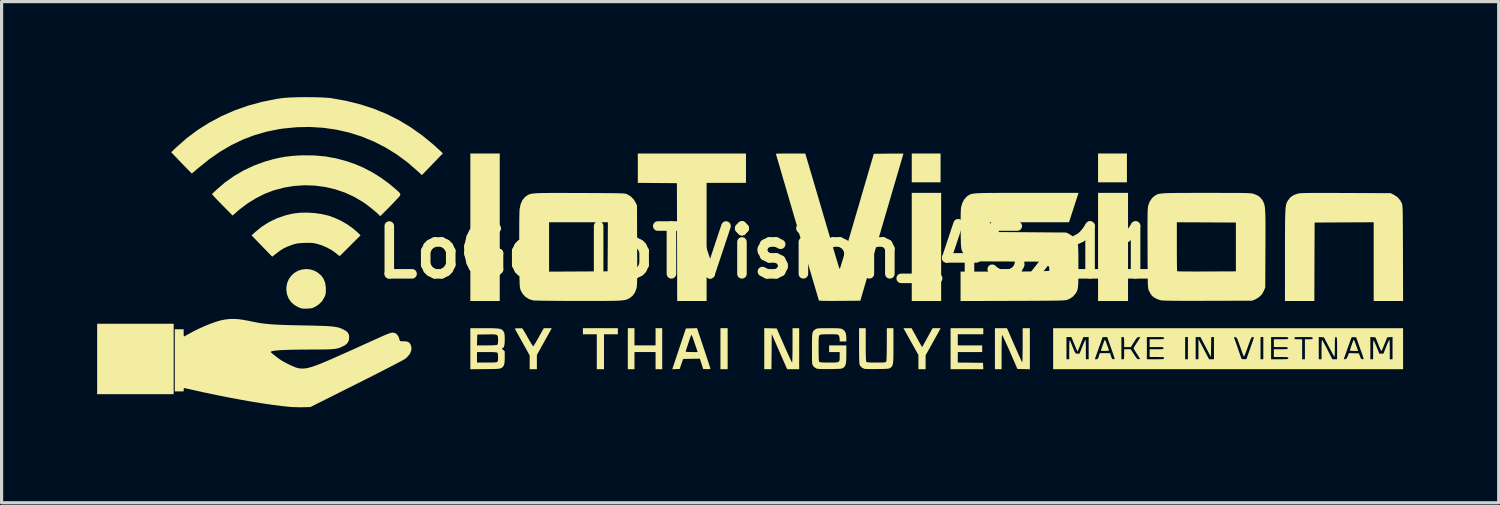
<source format=kicad_pcb>
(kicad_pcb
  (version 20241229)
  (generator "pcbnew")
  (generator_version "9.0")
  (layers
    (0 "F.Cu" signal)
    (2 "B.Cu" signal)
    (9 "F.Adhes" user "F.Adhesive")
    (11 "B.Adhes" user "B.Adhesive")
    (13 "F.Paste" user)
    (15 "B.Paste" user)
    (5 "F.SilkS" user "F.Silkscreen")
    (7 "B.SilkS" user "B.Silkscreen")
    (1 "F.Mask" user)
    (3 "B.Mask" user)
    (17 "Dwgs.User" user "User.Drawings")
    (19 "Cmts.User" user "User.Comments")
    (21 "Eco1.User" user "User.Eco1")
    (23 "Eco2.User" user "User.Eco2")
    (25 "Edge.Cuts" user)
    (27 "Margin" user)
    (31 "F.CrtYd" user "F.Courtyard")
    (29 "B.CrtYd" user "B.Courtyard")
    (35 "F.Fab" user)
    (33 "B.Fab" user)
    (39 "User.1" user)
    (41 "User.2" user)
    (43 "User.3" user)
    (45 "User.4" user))
  (footprint "LoGo_IoTVision_45x11"
    (layer "F.Cu")
    (at 21.065 4.868)
    (property "Reference" "LoGo_IoTVision_45x11" (at 0 0 0) (layer "F.SilkS") (effects (font (size 1.5 1.5) (thickness 0.3))))
    (attr board_only exclude_from_pos_files exclude_from_bom)
    (fp_poly (pts (xy -18.663 3.351) (xy -18.663 4.457) (xy -19.864 4.457) (xy -21.065 4.457) (xy -21.065 3.351) (xy -21.065 2.246) (xy -19.864 2.246) (xy -18.663 2.246)) (stroke (width 0) (type solid)) (fill yes) (layer "F.SilkS"))
    (fp_poly (pts (xy -8.426 -0.783) (xy -8.426 1.532) (xy -8.887 1.532) (xy -9.349 1.532) (xy -9.349 -0.783) (xy -9.349 -3.099) (xy -8.887 -3.099) (xy -8.426 -3.099)) (stroke (width 0) (type solid)) (fill yes) (layer "F.SilkS"))
    (fp_poly (pts (xy -1.271 3.029) (xy -1.271 3.673) (xy -1.384 3.673) (xy -1.497 3.673) (xy -1.497 3.029) (xy -1.497 2.385) (xy -1.384 2.385) (xy -1.271 2.385)) (stroke (width 0) (type solid)) (fill yes) (layer "F.SilkS"))
    (fp_poly (pts (xy 5.414 -2.646) (xy 5.414 -2.194) (xy 4.962 -2.194) (xy 4.509 -2.194) (xy 4.509 -2.646) (xy 4.509 -3.099) (xy 4.962 -3.099) (xy 5.414 -3.099)) (stroke (width 0) (type solid)) (fill yes) (layer "F.SilkS"))
    (fp_poly (pts (xy 5.432 -0.165) (xy 5.432 1.532) (xy 4.97 1.532) (xy 4.509 1.532) (xy 4.509 -0.165) (xy 4.509 -1.863) (xy 4.97 -1.863) (xy 5.432 -1.863)) (stroke (width 0) (type solid)) (fill yes) (layer "F.SilkS"))
    (fp_poly (pts (xy 11.264 -2.646) (xy 11.264 -2.194) (xy 10.811 -2.194) (xy 10.358 -2.194) (xy 10.358 -2.646) (xy 10.358 -3.099) (xy 10.811 -3.099) (xy 11.264 -3.099)) (stroke (width 0) (type solid)) (fill yes) (layer "F.SilkS"))
    (fp_poly (pts (xy 11.299 -0.165) (xy 11.299 1.532) (xy 10.829 1.532) (xy 10.358 1.532) (xy 10.358 -0.165) (xy 10.358 -1.863) (xy 10.829 -1.863) (xy 11.299 -1.863)) (stroke (width 0) (type solid)) (fill yes) (layer "F.SilkS"))
    (fp_poly (pts (xy -4.718 2.481) (xy -4.718 2.577) (xy -4.936 2.577) (xy -5.153 2.577) (xy -5.153 3.125) (xy -5.153 3.673) (xy -5.266 3.673) (xy -5.379 3.673) (xy -5.379 3.125) (xy -5.379 2.577) (xy -5.597 2.577) (xy -5.815 2.577) (xy -5.815 2.481) (xy -5.815 2.385) (xy -5.266 2.385) (xy -4.718 2.385)) (stroke (width 0) (type solid)) (fill yes) (layer "F.SilkS"))
    (fp_poly (pts (xy -0.696 -2.637) (xy -0.696 -2.176) (xy -1.314 -2.176) (xy -1.932 -2.176) (xy -1.932 -0.322) (xy -1.932 1.532) (xy -2.394 1.532) (xy -2.855 1.532) (xy -2.859 -0.318) (xy -2.864 -2.167) (xy -3.477 -2.172) (xy -4.091 -2.177) (xy -4.091 -2.638) (xy -4.091 -3.099) (xy -2.394 -3.099) (xy -0.696 -3.099)) (stroke (width 0) (type solid)) (fill yes) (layer "F.SilkS"))
    (fp_poly (pts (xy 18.392 2.757) (xy 18.41 2.795) (xy 18.434 2.853) (xy 18.457 2.917) (xy 18.522 3.099) (xy 18.392 3.099) (xy 18.33 3.097) (xy 18.284 3.093) (xy 18.263 3.087) (xy 18.262 3.086) (xy 18.268 3.063) (xy 18.283 3.017) (xy 18.303 2.957) (xy 18.327 2.891) (xy 18.349 2.828) (xy 18.369 2.778) (xy 18.381 2.75) (xy 18.383 2.747)) (stroke (width 0) (type solid)) (fill yes) (layer "F.SilkS"))
    (fp_poly (pts (xy -4.196 2.655) (xy -4.196 2.925) (xy -3.865 2.925) (xy -3.534 2.925) (xy -3.534 2.655) (xy -3.534 2.385) (xy -3.43 2.385) (xy -3.325 2.385) (xy -3.325 3.029) (xy -3.325 3.673) (xy -3.43 3.673) (xy -3.534 3.673) (xy -3.534 3.403) (xy -3.534 3.134) (xy -3.865 3.134) (xy -4.196 3.134) (xy -4.196 3.403) (xy -4.196 3.673) (xy -4.3 3.673) (xy -4.405 3.673) (xy -4.405 3.029) (xy -4.405 2.385) (xy -4.3 2.385) (xy -4.196 2.385)) (stroke (width 0) (type solid)) (fill yes) (layer "F.SilkS"))
    (fp_poly (pts (xy 6.755 2.481) (xy 6.755 2.577) (xy 6.354 2.577) (xy 5.954 2.577) (xy 5.954 2.751) (xy 5.954 2.925) (xy 6.337 2.925) (xy 6.72 2.925) (xy 6.72 3.029) (xy 6.72 3.134) (xy 6.337 3.134) (xy 5.954 3.134) (xy 5.954 3.299) (xy 5.954 3.464) (xy 6.35 3.468) (xy 6.746 3.473) (xy 6.751 3.573) (xy 6.757 3.673) (xy 6.242 3.673) (xy 5.728 3.673) (xy 5.728 3.029) (xy 5.728 2.385) (xy 6.241 2.385) (xy 6.755 2.385)) (stroke (width 0) (type solid)) (fill yes) (layer "F.SilkS"))
    (fp_poly (pts (xy 10.587 2.773) (xy 10.608 2.818) (xy 10.635 2.894) (xy 10.638 2.901) (xy 10.664 2.973) (xy 10.685 3.033) (xy 10.699 3.073) (xy 10.704 3.085) (xy 10.691 3.092) (xy 10.651 3.096) (xy 10.592 3.099) (xy 10.578 3.099) (xy 10.515 3.098) (xy 10.468 3.096) (xy 10.446 3.094) (xy 10.446 3.093) (xy 10.451 3.072) (xy 10.465 3.028) (xy 10.486 2.968) (xy 10.509 2.903) (xy 10.531 2.841) (xy 10.55 2.791) (xy 10.562 2.762) (xy 10.563 2.76) (xy 10.573 2.755)) (stroke (width 0) (type solid)) (fill yes) (layer "F.SilkS"))
    (fp_poly (pts (xy -7.026 2.805) (xy -7.26 3.226) (xy -7.26 3.449) (xy -7.26 3.673) (xy -7.373 3.673) (xy -7.486 3.673) (xy -7.486 3.456) (xy -7.486 3.24) (xy -7.721 2.817) (xy -7.956 2.394) (xy -7.849 2.389) (xy -7.789 2.387) (xy -7.742 2.388) (xy -7.722 2.391) (xy -7.707 2.408) (xy -7.679 2.451) (xy -7.64 2.514) (xy -7.594 2.593) (xy -7.546 2.679) (xy -7.496 2.767) (xy -7.45 2.844) (xy -7.413 2.903) (xy -7.387 2.942) (xy -7.374 2.954) (xy -7.361 2.938) (xy -7.334 2.896) (xy -7.296 2.833) (xy -7.25 2.754) (xy -7.201 2.667) (xy -7.044 2.385) (xy -6.918 2.385) (xy -6.792 2.385)) (stroke (width 0) (type solid)) (fill yes) (layer "F.SilkS"))
    (fp_poly (pts (xy 0.074 2.389) (xy 0.269 2.394) (xy 0.504 2.929) (xy 0.56 3.056) (xy 0.612 3.173) (xy 0.659 3.275) (xy 0.698 3.358) (xy 0.727 3.42) (xy 0.746 3.456) (xy 0.752 3.464) (xy 0.756 3.448) (xy 0.759 3.4) (xy 0.761 3.327) (xy 0.764 3.231) (xy 0.765 3.116) (xy 0.766 2.988) (xy 0.766 2.925) (xy 0.766 2.385) (xy 0.87 2.385) (xy 0.975 2.385) (xy 0.975 3.029) (xy 0.975 3.673) (xy 0.786 3.673) (xy 0.597 3.673) (xy 0.355 3.121) (xy 0.113 2.568) (xy 0.109 3.121) (xy 0.104 3.673) (xy -0.009 3.673) (xy -0.122 3.673) (xy -0.122 3.029) (xy -0.122 2.384)) (stroke (width 0) (type solid)) (fill yes) (layer "F.SilkS"))
    (fp_poly (pts (xy 4.64 2.633) (xy 4.688 2.721) (xy 4.733 2.802) (xy 4.771 2.869) (xy 4.797 2.915) (xy 4.806 2.931) (xy 4.836 2.98) (xy 4.999 2.683) (xy 5.162 2.386) (xy 5.288 2.386) (xy 5.415 2.385) (xy 5.386 2.442) (xy 5.369 2.473) (xy 5.339 2.529) (xy 5.296 2.606) (xy 5.245 2.697) (xy 5.188 2.8) (xy 5.151 2.867) (xy 4.944 3.236) (xy 4.944 3.455) (xy 4.944 3.673) (xy 4.831 3.673) (xy 4.718 3.673) (xy 4.718 3.45) (xy 4.718 3.227) (xy 4.534 2.897) (xy 4.476 2.794) (xy 4.421 2.695) (xy 4.371 2.606) (xy 4.331 2.534) (xy 4.303 2.484) (xy 4.299 2.476) (xy 4.248 2.385) (xy 4.375 2.385) (xy 4.503 2.385)) (stroke (width 0) (type solid)) (fill yes) (layer "F.SilkS"))
    (fp_poly (pts (xy -14.377 0.539) (xy -14.246 0.581) (xy -14.147 0.635) (xy -14.038 0.725) (xy -13.959 0.832) (xy -13.908 0.958) (xy -13.885 1.104) (xy -13.884 1.158) (xy -13.885 1.241) (xy -13.892 1.303) (xy -13.906 1.355) (xy -13.929 1.41) (xy -13.93 1.412) (xy -14.004 1.537) (xy -14.102 1.636) (xy -14.21 1.707) (xy -14.269 1.736) (xy -14.319 1.755) (xy -14.375 1.765) (xy -14.448 1.77) (xy -14.476 1.771) (xy -14.558 1.773) (xy -14.618 1.769) (xy -14.669 1.758) (xy -14.724 1.738) (xy -14.735 1.734) (xy -14.869 1.66) (xy -14.976 1.565) (xy -15.056 1.45) (xy -15.106 1.318) (xy -15.126 1.172) (xy -15.125 1.107) (xy -15.1 0.967) (xy -15.047 0.844) (xy -14.97 0.737) (xy -14.874 0.65) (xy -14.763 0.585) (xy -14.64 0.544) (xy -14.51 0.528)) (stroke (width 0) (type solid)) (fill yes) (layer "F.SilkS"))
    (fp_poly (pts (xy 7.729 2.912) (xy 7.785 3.039) (xy 7.837 3.156) (xy 7.883 3.259) (xy 7.922 3.344) (xy 7.951 3.408) (xy 7.97 3.446) (xy 7.975 3.455) (xy 7.979 3.443) (xy 7.983 3.399) (xy 7.986 3.326) (xy 7.988 3.229) (xy 7.99 3.109) (xy 7.991 2.971) (xy 7.991 2.928) (xy 7.991 2.385) (xy 8.104 2.385) (xy 8.217 2.385) (xy 8.217 3.03) (xy 8.217 3.674) (xy 8.022 3.67) (xy 7.826 3.665) (xy 7.593 3.129) (xy 7.537 3.002) (xy 7.485 2.886) (xy 7.438 2.784) (xy 7.399 2.7) (xy 7.369 2.638) (xy 7.35 2.602) (xy 7.344 2.594) (xy 7.341 2.611) (xy 7.337 2.658) (xy 7.334 2.732) (xy 7.332 2.828) (xy 7.33 2.942) (xy 7.329 3.07) (xy 7.329 3.134) (xy 7.329 3.673) (xy 7.225 3.673) (xy 7.12 3.673) (xy 7.12 3.029) (xy 7.12 2.385) (xy 7.309 2.385) (xy 7.498 2.385)) (stroke (width 0) (type solid)) (fill yes) (layer "F.SilkS"))
    (fp_poly (pts (xy -2.021 3.016) (xy -1.974 3.157) (xy -1.931 3.288) (xy -1.892 3.405) (xy -1.86 3.505) (xy -1.835 3.583) (xy -1.818 3.636) (xy -1.811 3.66) (xy -1.811 3.661) (xy -1.826 3.667) (xy -1.868 3.67) (xy -1.925 3.67) (xy -2.04 3.665) (xy -2.092 3.503) (xy -2.143 3.342) (xy -2.406 3.346) (xy -2.668 3.351) (xy -2.723 3.508) (xy -2.777 3.665) (xy -2.893 3.67) (xy -3.01 3.675) (xy -2.822 3.112) (xy -2.589 3.112) (xy -2.585 3.122) (xy -2.559 3.128) (xy -2.508 3.132) (xy -2.427 3.134) (xy -2.406 3.134) (xy -2.213 3.134) (xy -2.297 2.883) (xy -2.328 2.793) (xy -2.356 2.714) (xy -2.378 2.651) (xy -2.394 2.612) (xy -2.398 2.603) (xy -2.407 2.601) (xy -2.42 2.62) (xy -2.44 2.665) (xy -2.466 2.738) (xy -2.497 2.832) (xy -2.527 2.923) (xy -2.553 3.002) (xy -2.573 3.064) (xy -2.586 3.103) (xy -2.589 3.112) (xy -2.822 3.112) (xy -2.796 3.034) (xy -2.582 2.394) (xy -2.407 2.389) (xy -2.232 2.384)) (stroke (width 0) (type solid)) (fill yes) (layer "F.SilkS"))
    (fp_poly (pts (xy -14.247 -1.23) (xy -14.019 -1.198) (xy -13.806 -1.149) (xy -13.798 -1.147) (xy -13.604 -1.077) (xy -13.406 -0.985) (xy -13.215 -0.875) (xy -13.041 -0.752) (xy -12.906 -0.637) (xy -12.795 -0.531) (xy -13.121 -0.205) (xy -13.208 -0.118) (xy -13.286 -0.04) (xy -13.353 0.027) (xy -13.406 0.078) (xy -13.44 0.111) (xy -13.452 0.122) (xy -13.468 0.112) (xy -13.503 0.084) (xy -13.552 0.044) (xy -13.575 0.025) (xy -13.704 -0.067) (xy -13.856 -0.15) (xy -14.017 -0.218) (xy -14.162 -0.262) (xy -14.237 -0.279) (xy -14.304 -0.289) (xy -14.374 -0.294) (xy -14.459 -0.294) (xy -14.554 -0.292) (xy -14.657 -0.287) (xy -14.736 -0.281) (xy -14.802 -0.271) (xy -14.866 -0.256) (xy -14.937 -0.234) (xy -14.954 -0.228) (xy -15.096 -0.175) (xy -15.217 -0.116) (xy -15.33 -0.045) (xy -15.437 0.037) (xy -15.493 0.081) (xy -15.537 0.116) (xy -15.563 0.136) (xy -15.568 0.139) (xy -15.581 0.127) (xy -15.615 0.093) (xy -15.666 0.041) (xy -15.732 -0.027) (xy -15.81 -0.107) (xy -15.894 -0.194) (xy -16.216 -0.528) (xy -16.1 -0.635) (xy -15.893 -0.804) (xy -15.664 -0.948) (xy -15.415 -1.067) (xy -15.151 -1.158) (xy -14.915 -1.213) (xy -14.706 -1.238) (xy -14.48 -1.244)) (stroke (width 0) (type solid)) (fill yes) (layer "F.SilkS"))
    (fp_poly (pts (xy -14.264 -3.039) (xy -13.909 -3.008) (xy -13.562 -2.946) (xy -13.217 -2.852) (xy -12.989 -2.774) (xy -12.715 -2.658) (xy -12.438 -2.514) (xy -12.168 -2.347) (xy -11.912 -2.161) (xy -11.777 -2.05) (xy -11.686 -1.972) (xy -11.619 -1.914) (xy -11.574 -1.87) (xy -11.551 -1.835) (xy -11.547 -1.803) (xy -11.561 -1.77) (xy -11.593 -1.731) (xy -11.641 -1.68) (xy -11.678 -1.641) (xy -11.756 -1.558) (xy -11.847 -1.463) (xy -11.939 -1.37) (xy -12.007 -1.301) (xy -12.179 -1.131) (xy -12.231 -1.185) (xy -12.279 -1.231) (xy -12.348 -1.291) (xy -12.431 -1.359) (xy -12.52 -1.43) (xy -12.608 -1.497) (xy -12.688 -1.554) (xy -12.717 -1.574) (xy -12.993 -1.737) (xy -13.285 -1.871) (xy -13.59 -1.975) (xy -13.904 -2.048) (xy -14.225 -2.09) (xy -14.55 -2.102) (xy -14.875 -2.081) (xy -15.197 -2.029) (xy -15.514 -1.944) (xy -15.547 -1.934) (xy -15.817 -1.828) (xy -16.085 -1.692) (xy -16.344 -1.531) (xy -16.586 -1.349) (xy -16.654 -1.291) (xy -16.813 -1.151) (xy -17.074 -1.416) (xy -17.156 -1.499) (xy -17.234 -1.579) (xy -17.303 -1.65) (xy -17.357 -1.708) (xy -17.394 -1.747) (xy -17.398 -1.752) (xy -17.462 -1.824) (xy -17.308 -1.97) (xy -17.051 -2.191) (xy -16.769 -2.391) (xy -16.465 -2.568) (xy -16.144 -2.719) (xy -15.808 -2.843) (xy -15.527 -2.923) (xy -15.335 -2.966) (xy -15.154 -2.998) (xy -14.972 -3.02) (xy -14.777 -3.035) (xy -14.632 -3.041)) (stroke (width 0) (type solid)) (fill yes) (layer "F.SilkS"))
    (fp_poly (pts (xy 3.064 2.904) (xy 3.064 3.066) (xy 3.066 3.195) (xy 3.068 3.295) (xy 3.072 3.367) (xy 3.076 3.414) (xy 3.082 3.439) (xy 3.085 3.444) (xy 3.108 3.452) (xy 3.159 3.459) (xy 3.239 3.463) (xy 3.351 3.464) (xy 3.398 3.464) (xy 3.505 3.464) (xy 3.583 3.463) (xy 3.637 3.46) (xy 3.671 3.456) (xy 3.692 3.448) (xy 3.703 3.438) (xy 3.708 3.431) (xy 3.713 3.403) (xy 3.718 3.342) (xy 3.721 3.251) (xy 3.724 3.133) (xy 3.725 2.989) (xy 3.726 2.891) (xy 3.726 2.385) (xy 3.83 2.385) (xy 3.934 2.385) (xy 3.934 2.934) (xy 3.934 3.099) (xy 3.933 3.234) (xy 3.931 3.341) (xy 3.927 3.424) (xy 3.92 3.487) (xy 3.91 3.534) (xy 3.897 3.568) (xy 3.881 3.594) (xy 3.859 3.614) (xy 3.837 3.631) (xy 3.817 3.642) (xy 3.793 3.651) (xy 3.76 3.657) (xy 3.712 3.661) (xy 3.645 3.664) (xy 3.554 3.666) (xy 3.434 3.667) (xy 3.421 3.668) (xy 3.31 3.668) (xy 3.209 3.668) (xy 3.124 3.666) (xy 3.061 3.665) (xy 3.025 3.662) (xy 3.021 3.661) (xy 2.949 3.626) (xy 2.892 3.57) (xy 2.88 3.55) (xy 2.873 3.53) (xy 2.867 3.499) (xy 2.863 3.453) (xy 2.86 3.389) (xy 2.857 3.303) (xy 2.856 3.191) (xy 2.855 3.051) (xy 2.855 2.943) (xy 2.855 2.385) (xy 2.96 2.385) (xy 3.064 2.385)) (stroke (width 0) (type solid)) (fill yes) (layer "F.SilkS"))
    (fp_poly (pts (xy 17.472 -1.861) (xy 17.669 -1.861) (xy 17.897 -1.86) (xy 18.132 -1.859) (xy 19.542 -1.854) (xy 19.641 -1.806) (xy 19.753 -1.732) (xy 19.841 -1.634) (xy 19.888 -1.55) (xy 19.895 -1.536) (xy 19.9 -1.521) (xy 19.905 -1.502) (xy 19.909 -1.478) (xy 19.913 -1.447) (xy 19.916 -1.405) (xy 19.919 -1.352) (xy 19.921 -1.284) (xy 19.923 -1.199) (xy 19.924 -1.095) (xy 19.925 -0.969) (xy 19.926 -0.82) (xy 19.927 -0.645) (xy 19.928 -0.442) (xy 19.929 -0.208) (xy 19.93 0.03) (xy 19.934 1.532) (xy 19.473 1.532) (xy 19.011 1.532) (xy 19.011 0.296) (xy 19.011 -0.94) (xy 18.084 -0.936) (xy 17.157 -0.931) (xy 17.152 0.3) (xy 17.148 1.532) (xy 16.687 1.532) (xy 16.225 1.532) (xy 16.226 0.1) (xy 16.226 -0.169) (xy 16.226 -0.406) (xy 16.227 -0.613) (xy 16.228 -0.792) (xy 16.229 -0.945) (xy 16.231 -1.075) (xy 16.234 -1.185) (xy 16.238 -1.276) (xy 16.242 -1.351) (xy 16.248 -1.412) (xy 16.256 -1.461) (xy 16.264 -1.502) (xy 16.274 -1.535) (xy 16.286 -1.565) (xy 16.3 -1.592) (xy 16.315 -1.619) (xy 16.319 -1.625) (xy 16.392 -1.719) (xy 16.489 -1.788) (xy 16.613 -1.836) (xy 16.613 -1.836) (xy 16.635 -1.841) (xy 16.661 -1.846) (xy 16.694 -1.849) (xy 16.736 -1.853) (xy 16.788 -1.855) (xy 16.854 -1.858) (xy 16.936 -1.859) (xy 17.037 -1.86) (xy 17.158 -1.861) (xy 17.302 -1.861)) (stroke (width 0) (type solid)) (fill yes) (layer "F.SilkS"))
    (fp_poly (pts (xy -14.376 -4.867) (xy -14.203 -4.865) (xy -14.041 -4.86) (xy -13.896 -4.852) (xy -13.776 -4.843) (xy -13.71 -4.835) (xy -13.247 -4.752) (xy -12.805 -4.642) (xy -12.384 -4.506) (xy -11.981 -4.341) (xy -11.594 -4.147) (xy -11.222 -3.923) (xy -10.862 -3.668) (xy -10.513 -3.382) (xy -10.359 -3.242) (xy -10.211 -3.104) (xy -10.541 -2.762) (xy -10.627 -2.672) (xy -10.705 -2.592) (xy -10.772 -2.523) (xy -10.823 -2.469) (xy -10.858 -2.434) (xy -10.871 -2.421) (xy -10.871 -2.421) (xy -10.883 -2.432) (xy -10.916 -2.462) (xy -10.962 -2.507) (xy -11.003 -2.544) (xy -11.324 -2.823) (xy -11.662 -3.072) (xy -12.015 -3.29) (xy -12.382 -3.477) (xy -12.762 -3.632) (xy -13.153 -3.756) (xy -13.554 -3.847) (xy -13.963 -3.906) (xy -14.38 -3.932) (xy -14.802 -3.924) (xy -15.229 -3.882) (xy -15.353 -3.864) (xy -15.745 -3.785) (xy -16.126 -3.675) (xy -16.495 -3.534) (xy -16.854 -3.361) (xy -17.205 -3.156) (xy -17.549 -2.917) (xy -17.888 -2.644) (xy -17.9 -2.634) (xy -17.967 -2.576) (xy -18.025 -2.527) (xy -18.068 -2.492) (xy -18.091 -2.474) (xy -18.094 -2.472) (xy -18.107 -2.484) (xy -18.141 -2.518) (xy -18.193 -2.571) (xy -18.26 -2.639) (xy -18.337 -2.719) (xy -18.421 -2.805) (xy -18.74 -3.138) (xy -18.583 -3.289) (xy -18.261 -3.574) (xy -17.916 -3.833) (xy -17.549 -4.065) (xy -17.163 -4.271) (xy -16.757 -4.449) (xy -16.335 -4.599) (xy -15.896 -4.719) (xy -15.443 -4.81) (xy -15.285 -4.835) (xy -15.181 -4.846) (xy -15.05 -4.855) (xy -14.897 -4.861) (xy -14.73 -4.866) (xy -14.554 -4.868)) (stroke (width 0) (type solid)) (fill yes) (layer "F.SilkS"))
    (fp_poly (pts (xy -8.753 2.385) (xy -8.632 2.387) (xy -8.537 2.391) (xy -8.466 2.398) (xy -8.412 2.408) (xy -8.373 2.422) (xy -8.344 2.442) (xy -8.322 2.467) (xy -8.305 2.493) (xy -8.289 2.525) (xy -8.278 2.562) (xy -8.272 2.613) (xy -8.27 2.685) (xy -8.269 2.742) (xy -8.272 2.852) (xy -8.282 2.93) (xy -8.299 2.98) (xy -8.324 3.006) (xy -8.351 3.012) (xy -8.359 3.021) (xy -8.338 3.048) (xy -8.323 3.062) (xy -8.269 3.113) (xy -8.269 3.307) (xy -8.272 3.413) (xy -8.279 3.491) (xy -8.295 3.548) (xy -8.32 3.59) (xy -8.357 3.624) (xy -8.369 3.632) (xy -8.386 3.642) (xy -8.408 3.649) (xy -8.438 3.656) (xy -8.482 3.66) (xy -8.543 3.664) (xy -8.626 3.666) (xy -8.735 3.668) (xy -8.874 3.67) (xy -8.883 3.67) (xy -9.349 3.675) (xy -9.349 3.134) (xy -9.14 3.134) (xy -9.14 3.299) (xy -9.14 3.464) (xy -8.83 3.464) (xy -8.703 3.464) (xy -8.609 3.461) (xy -8.544 3.456) (xy -8.508 3.448) (xy -8.499 3.444) (xy -8.488 3.415) (xy -8.48 3.36) (xy -8.478 3.299) (xy -8.481 3.229) (xy -8.489 3.177) (xy -8.499 3.155) (xy -8.521 3.146) (xy -8.57 3.14) (xy -8.648 3.136) (xy -8.757 3.134) (xy -8.83 3.134) (xy -9.14 3.134) (xy -9.349 3.134) (xy -9.349 3.03) (xy -9.349 2.925) (xy -9.141 2.925) (xy -8.831 2.925) (xy -8.704 2.924) (xy -8.609 2.921) (xy -8.545 2.916) (xy -8.508 2.909) (xy -8.499 2.904) (xy -8.488 2.875) (xy -8.48 2.819) (xy -8.478 2.757) (xy -8.479 2.696) (xy -8.483 2.65) (xy -8.496 2.618) (xy -8.521 2.597) (xy -8.564 2.585) (xy -8.628 2.579) (xy -8.718 2.579) (xy -8.832 2.581) (xy -9.131 2.585) (xy -9.136 2.755) (xy -9.141 2.925) (xy -9.349 2.925) (xy -9.349 2.385) (xy -8.904 2.385)) (stroke (width 0) (type solid)) (fill yes) (layer "F.SilkS"))
    (fp_poly (pts (xy 1.206 -2.964) (xy 1.217 -2.928) (xy 1.236 -2.862) (xy 1.265 -2.767) (xy 1.3 -2.646) (xy 1.343 -2.502) (xy 1.392 -2.336) (xy 1.446 -2.152) (xy 1.505 -1.952) (xy 1.568 -1.738) (xy 1.634 -1.513) (xy 1.703 -1.279) (xy 1.742 -1.145) (xy 1.811 -0.911) (xy 1.877 -0.686) (xy 1.94 -0.473) (xy 1.999 -0.275) (xy 2.053 -0.093) (xy 2.102 0.071) (xy 2.145 0.214) (xy 2.181 0.333) (xy 2.21 0.428) (xy 2.231 0.495) (xy 2.243 0.532) (xy 2.246 0.54) (xy 2.252 0.523) (xy 2.267 0.476) (xy 2.291 0.399) (xy 2.322 0.295) (xy 2.361 0.167) (xy 2.406 0.015) (xy 2.457 -0.156) (xy 2.514 -0.347) (xy 2.575 -0.553) (xy 2.64 -0.774) (xy 2.708 -1.006) (xy 2.779 -1.249) (xy 2.787 -1.275) (xy 3.318 -3.09) (xy 3.783 -3.095) (xy 3.906 -3.096) (xy 4.017 -3.096) (xy 4.111 -3.097) (xy 4.184 -3.096) (xy 4.231 -3.096) (xy 4.248 -3.095) (xy 4.248 -3.095) (xy 4.243 -3.078) (xy 4.229 -3.029) (xy 4.206 -2.951) (xy 4.175 -2.846) (xy 4.137 -2.714) (xy 4.091 -2.559) (xy 4.039 -2.381) (xy 3.981 -2.184) (xy 3.918 -1.969) (xy 3.85 -1.737) (xy 3.778 -1.491) (xy 3.702 -1.232) (xy 3.623 -0.963) (xy 3.571 -0.783) (xy 2.894 1.523) (xy 2.247 1.528) (xy 2.073 1.529) (xy 1.93 1.529) (xy 1.817 1.528) (xy 1.73 1.527) (xy 1.667 1.524) (xy 1.625 1.521) (xy 1.601 1.516) (xy 1.592 1.51) (xy 1.586 1.491) (xy 1.571 1.44) (xy 1.548 1.361) (xy 1.517 1.255) (xy 1.479 1.126) (xy 1.434 0.975) (xy 1.384 0.805) (xy 1.329 0.618) (xy 1.27 0.416) (xy 1.207 0.202) (xy 1.141 -0.022) (xy 1.073 -0.253) (xy 1.004 -0.49) (xy 0.934 -0.729) (xy 0.863 -0.97) (xy 0.793 -1.208) (xy 0.725 -1.442) (xy 0.658 -1.67) (xy 0.594 -1.889) (xy 0.533 -2.098) (xy 0.476 -2.292) (xy 0.424 -2.471) (xy 0.377 -2.632) (xy 0.336 -2.773) (xy 0.301 -2.891) (xy 0.274 -2.983) (xy 0.256 -3.049) (xy 0.245 -3.084) (xy 0.244 -3.09) (xy 0.26 -3.093) (xy 0.307 -3.095) (xy 0.38 -3.096) (xy 0.474 -3.098) (xy 0.585 -3.099) (xy 0.704 -3.099) (xy 1.165 -3.099)) (stroke (width 0) (type solid)) (fill yes) (layer "F.SilkS"))
    (fp_poly (pts (xy 2.031 2.385) (xy 2.127 2.387) (xy 2.199 2.389) (xy 2.252 2.394) (xy 2.289 2.4) (xy 2.318 2.409) (xy 2.333 2.416) (xy 2.393 2.462) (xy 2.433 2.53) (xy 2.452 2.623) (xy 2.455 2.685) (xy 2.455 2.803) (xy 2.35 2.803) (xy 2.246 2.803) (xy 2.246 2.728) (xy 2.239 2.672) (xy 2.224 2.624) (xy 2.219 2.615) (xy 2.207 2.601) (xy 2.192 2.59) (xy 2.167 2.583) (xy 2.128 2.579) (xy 2.069 2.577) (xy 1.983 2.577) (xy 1.915 2.577) (xy 1.807 2.577) (xy 1.729 2.579) (xy 1.675 2.583) (xy 1.64 2.589) (xy 1.618 2.598) (xy 1.612 2.604) (xy 1.603 2.617) (xy 1.596 2.64) (xy 1.591 2.677) (xy 1.587 2.732) (xy 1.585 2.809) (xy 1.584 2.913) (xy 1.584 3.027) (xy 1.585 3.169) (xy 1.587 3.278) (xy 1.59 3.358) (xy 1.595 3.411) (xy 1.602 3.439) (xy 1.605 3.444) (xy 1.628 3.452) (xy 1.679 3.459) (xy 1.759 3.463) (xy 1.871 3.464) (xy 1.918 3.464) (xy 2.032 3.464) (xy 2.116 3.462) (xy 2.175 3.456) (xy 2.213 3.441) (xy 2.234 3.417) (xy 2.243 3.379) (xy 2.246 3.325) (xy 2.246 3.265) (xy 2.246 3.134) (xy 2.08 3.134) (xy 1.915 3.134) (xy 1.915 3.029) (xy 1.915 2.925) (xy 2.185 2.925) (xy 2.455 2.925) (xy 2.455 3.205) (xy 2.453 3.33) (xy 2.449 3.426) (xy 2.44 3.497) (xy 2.425 3.55) (xy 2.403 3.588) (xy 2.372 3.619) (xy 2.353 3.633) (xy 2.334 3.644) (xy 2.308 3.652) (xy 2.271 3.658) (xy 2.218 3.662) (xy 2.143 3.665) (xy 2.043 3.667) (xy 1.941 3.669) (xy 1.794 3.669) (xy 1.679 3.668) (xy 1.594 3.663) (xy 1.538 3.657) (xy 1.515 3.651) (xy 1.463 3.621) (xy 1.418 3.575) (xy 1.415 3.571) (xy 1.403 3.552) (xy 1.394 3.533) (xy 1.387 3.509) (xy 1.382 3.476) (xy 1.379 3.429) (xy 1.377 3.364) (xy 1.376 3.277) (xy 1.376 3.163) (xy 1.376 3.031) (xy 1.376 2.88) (xy 1.377 2.76) (xy 1.38 2.666) (xy 1.384 2.595) (xy 1.392 2.542) (xy 1.403 2.504) (xy 1.419 2.475) (xy 1.439 2.453) (xy 1.466 2.433) (xy 1.478 2.425) (xy 1.499 2.412) (xy 1.521 2.402) (xy 1.549 2.395) (xy 1.588 2.39) (xy 1.644 2.387) (xy 1.721 2.386) (xy 1.824 2.385) (xy 1.905 2.385)) (stroke (width 0) (type solid)) (fill yes) (layer "F.SilkS"))
    (fp_poly (pts (xy 8.122 -1.863) (xy 9.745 -1.863) (xy 9.595 -1.401) (xy 9.446 -0.94) (xy 8.204 -0.94) (xy 6.962 -0.94) (xy 6.967 -0.788) (xy 6.972 -0.635) (xy 8.165 -0.627) (xy 9.357 -0.618) (xy 9.457 -0.569) (xy 9.566 -0.497) (xy 9.652 -0.403) (xy 9.709 -0.29) (xy 9.709 -0.289) (xy 9.718 -0.263) (xy 9.724 -0.232) (xy 9.729 -0.194) (xy 9.733 -0.145) (xy 9.736 -0.08) (xy 9.738 0.003) (xy 9.74 0.109) (xy 9.74 0.242) (xy 9.74 0.405) (xy 9.74 0.444) (xy 9.74 0.622) (xy 9.74 0.77) (xy 9.738 0.89) (xy 9.735 0.986) (xy 9.73 1.063) (xy 9.723 1.123) (xy 9.713 1.171) (xy 9.7 1.211) (xy 9.684 1.246) (xy 9.664 1.279) (xy 9.649 1.303) (xy 9.566 1.397) (xy 9.459 1.466) (xy 9.392 1.493) (xy 9.375 1.498) (xy 9.354 1.503) (xy 9.326 1.507) (xy 9.29 1.51) (xy 9.243 1.513) (xy 9.183 1.516) (xy 9.108 1.518) (xy 9.016 1.52) (xy 8.904 1.521) (xy 8.771 1.523) (xy 8.614 1.524) (xy 8.431 1.525) (xy 8.22 1.526) (xy 7.979 1.527) (xy 7.705 1.528) (xy 7.673 1.528) (xy 6.041 1.533) (xy 6.041 1.071) (xy 6.041 0.609) (xy 7.17 0.609) (xy 7.374 0.609) (xy 7.574 0.609) (xy 7.768 0.608) (xy 7.95 0.607) (xy 8.117 0.605) (xy 8.265 0.604) (xy 8.39 0.602) (xy 8.489 0.6) (xy 8.557 0.598) (xy 8.563 0.598) (xy 8.826 0.586) (xy 8.826 0.442) (xy 8.826 0.298) (xy 7.647 0.292) (xy 6.468 0.287) (xy 6.369 0.247) (xy 6.256 0.184) (xy 6.164 0.094) (xy 6.097 -0.016) (xy 6.09 -0.032) (xy 6.079 -0.06) (xy 6.071 -0.088) (xy 6.064 -0.12) (xy 6.059 -0.161) (xy 6.055 -0.213) (xy 6.051 -0.281) (xy 6.049 -0.37) (xy 6.047 -0.484) (xy 6.045 -0.626) (xy 6.045 -0.711) (xy 6.043 -0.907) (xy 6.044 -1.075) (xy 6.046 -1.211) (xy 6.05 -1.317) (xy 6.055 -1.389) (xy 6.058 -1.408) (xy 6.094 -1.539) (xy 6.152 -1.651) (xy 6.229 -1.739) (xy 6.246 -1.753) (xy 6.27 -1.771) (xy 6.291 -1.787) (xy 6.313 -1.801) (xy 6.338 -1.813) (xy 6.367 -1.823) (xy 6.403 -1.832) (xy 6.448 -1.84) (xy 6.504 -1.846) (xy 6.573 -1.851) (xy 6.658 -1.855) (xy 6.761 -1.858) (xy 6.883 -1.86) (xy 7.028 -1.861) (xy 7.197 -1.862) (xy 7.392 -1.863) (xy 7.616 -1.863) (xy 7.87 -1.863)) (stroke (width 0) (type solid)) (fill yes) (layer "F.SilkS"))
    (fp_poly (pts (xy -6.517 -1.861) (xy -6.298 -1.86) (xy -6.048 -1.859) (xy -5.908 -1.859) (xy -5.654 -1.858) (xy -5.432 -1.857) (xy -5.24 -1.856) (xy -5.076 -1.855) (xy -4.938 -1.854) (xy -4.822 -1.853) (xy -4.727 -1.851) (xy -4.65 -1.849) (xy -4.59 -1.847) (xy -4.542 -1.844) (xy -4.506 -1.841) (xy -4.479 -1.836) (xy -4.458 -1.832) (xy -4.442 -1.826) (xy -4.427 -1.82) (xy -4.421 -1.817) (xy -4.305 -1.746) (xy -4.215 -1.651) (xy -4.166 -1.57) (xy -4.117 -1.471) (xy -4.112 -0.218) (xy -4.111 0.024) (xy -4.11 0.234) (xy -4.11 0.414) (xy -4.11 0.567) (xy -4.111 0.695) (xy -4.112 0.802) (xy -4.113 0.888) (xy -4.115 0.958) (xy -4.118 1.014) (xy -4.121 1.058) (xy -4.125 1.092) (xy -4.13 1.12) (xy -4.135 1.144) (xy -4.136 1.145) (xy -4.183 1.268) (xy -4.253 1.366) (xy -4.345 1.438) (xy -4.374 1.454) (xy -4.401 1.469) (xy -4.43 1.482) (xy -4.463 1.492) (xy -4.501 1.501) (xy -4.549 1.509) (xy -4.607 1.515) (xy -4.679 1.52) (xy -4.766 1.524) (xy -4.872 1.526) (xy -4.999 1.528) (xy -5.149 1.529) (xy -5.324 1.53) (xy -5.528 1.53) (xy -5.762 1.53) (xy -5.963 1.53) (xy -6.178 1.529) (xy -6.384 1.529) (xy -6.578 1.527) (xy -6.759 1.526) (xy -6.922 1.524) (xy -7.065 1.523) (xy -7.184 1.52) (xy -7.278 1.518) (xy -7.344 1.516) (xy -7.377 1.514) (xy -7.379 1.513) (xy -7.507 1.472) (xy -7.617 1.403) (xy -7.706 1.309) (xy -7.768 1.196) (xy -7.774 1.18) (xy -7.781 1.16) (xy -7.786 1.138) (xy -7.791 1.11) (xy -7.795 1.075) (xy -7.799 1.029) (xy -7.802 0.97) (xy -7.804 0.895) (xy -7.806 0.802) (xy -7.808 0.688) (xy -7.809 0.55) (xy -7.81 0.385) (xy -7.812 0.192) (xy -7.813 -0.033) (xy -7.813 -0.07) (xy -7.814 -0.335) (xy -7.814 -0.572) (xy -7.814 -0.781) (xy -7.813 -0.94) (xy -6.877 -0.94) (xy -6.877 -0.165) (xy -6.877 0.61) (xy -5.958 0.605) (xy -5.04 0.601) (xy -5.035 -0.17) (xy -5.031 -0.94) (xy -5.954 -0.94) (xy -6.877 -0.94) (xy -7.813 -0.94) (xy -7.813 -0.961) (xy -7.811 -1.111) (xy -7.808 -1.229) (xy -7.805 -1.314) (xy -7.801 -1.366) (xy -7.8 -1.367) (xy -7.769 -1.512) (xy -7.717 -1.63) (xy -7.645 -1.721) (xy -7.606 -1.752) (xy -7.579 -1.772) (xy -7.554 -1.789) (xy -7.527 -1.803) (xy -7.498 -1.816) (xy -7.463 -1.827) (xy -7.421 -1.836) (xy -7.368 -1.843) (xy -7.302 -1.849) (xy -7.222 -1.853) (xy -7.125 -1.857) (xy -7.008 -1.859) (xy -6.869 -1.86) (xy -6.706 -1.861)) (stroke (width 0) (type solid)) (fill yes) (layer "F.SilkS"))
    (fp_poly (pts (xy 14.237 -1.862) (xy 14.427 -1.862) (xy 14.589 -1.862) (xy 14.727 -1.861) (xy 14.842 -1.86) (xy 14.936 -1.858) (xy 15.013 -1.857) (xy 15.075 -1.854) (xy 15.123 -1.851) (xy 15.161 -1.848) (xy 15.192 -1.844) (xy 15.216 -1.839) (xy 15.238 -1.833) (xy 15.249 -1.83) (xy 15.361 -1.784) (xy 15.447 -1.722) (xy 15.515 -1.637) (xy 15.528 -1.615) (xy 15.545 -1.585) (xy 15.559 -1.554) (xy 15.572 -1.521) (xy 15.582 -1.483) (xy 15.591 -1.436) (xy 15.598 -1.38) (xy 15.603 -1.31) (xy 15.608 -1.225) (xy 15.611 -1.122) (xy 15.613 -0.999) (xy 15.614 -0.852) (xy 15.614 -0.68) (xy 15.614 -0.479) (xy 15.613 -0.248) (xy 15.612 -0.096) (xy 15.607 1.105) (xy 15.567 1.204) (xy 15.504 1.317) (xy 15.414 1.41) (xy 15.303 1.477) (xy 15.288 1.483) (xy 15.19 1.523) (xy 13.805 1.526) (xy 13.53 1.527) (xy 13.289 1.527) (xy 13.078 1.527) (xy 12.897 1.526) (xy 12.744 1.525) (xy 12.618 1.523) (xy 12.515 1.521) (xy 12.436 1.518) (xy 12.378 1.515) (xy 12.339 1.511) (xy 12.325 1.509) (xy 12.229 1.478) (xy 12.139 1.434) (xy 12.066 1.38) (xy 12.03 1.341) (xy 12.001 1.294) (xy 11.968 1.233) (xy 11.955 1.206) (xy 11.948 1.19) (xy 11.941 1.173) (xy 11.936 1.154) (xy 11.931 1.129) (xy 11.927 1.096) (xy 11.924 1.053) (xy 11.921 0.997) (xy 11.919 0.926) (xy 11.918 0.836) (xy 11.916 0.726) (xy 11.915 0.593) (xy 11.914 0.434) (xy 11.913 0.247) (xy 11.912 0.029) (xy 11.912 -0.119) (xy 11.911 -0.362) (xy 11.91 -0.572) (xy 11.91 -0.753) (xy 11.91 -0.906) (xy 11.91 -0.94) (xy 12.831 -0.94) (xy 12.831 -0.177) (xy 12.831 -0.017) (xy 12.832 0.132) (xy 12.833 0.266) (xy 12.834 0.383) (xy 12.836 0.478) (xy 12.838 0.547) (xy 12.841 0.588) (xy 12.842 0.598) (xy 12.861 0.6) (xy 12.912 0.602) (xy 12.991 0.603) (xy 13.095 0.605) (xy 13.221 0.605) (xy 13.365 0.606) (xy 13.525 0.606) (xy 13.696 0.605) (xy 13.769 0.605) (xy 14.685 0.601) (xy 14.685 -0.165) (xy 14.685 -0.931) (xy 13.758 -0.936) (xy 12.831 -0.94) (xy 11.91 -0.94) (xy 11.911 -1.035) (xy 11.912 -1.141) (xy 11.913 -1.228) (xy 11.916 -1.298) (xy 11.919 -1.354) (xy 11.922 -1.397) (xy 11.926 -1.431) (xy 11.931 -1.458) (xy 11.934 -1.468) (xy 11.981 -1.595) (xy 12.054 -1.7) (xy 12.126 -1.763) (xy 12.152 -1.78) (xy 12.176 -1.796) (xy 12.201 -1.809) (xy 12.23 -1.82) (xy 12.265 -1.83) (xy 12.308 -1.838) (xy 12.363 -1.844) (xy 12.43 -1.85) (xy 12.513 -1.854) (xy 12.613 -1.857) (xy 12.734 -1.859) (xy 12.878 -1.861) (xy 13.047 -1.862) (xy 13.243 -1.862) (xy 13.469 -1.863) (xy 13.726 -1.863) (xy 13.765 -1.863) (xy 14.017 -1.863)) (stroke (width 0) (type solid)) (fill yes) (layer "F.SilkS"))
    (fp_poly (pts (xy -16.65 2.101) (xy -16.506 2.119) (xy -16.341 2.148) (xy -16.172 2.183) (xy -16.069 2.204) (xy -15.965 2.222) (xy -15.855 2.238) (xy -15.738 2.251) (xy -15.607 2.263) (xy -15.461 2.272) (xy -15.296 2.28) (xy -15.107 2.287) (xy -14.891 2.292) (xy -14.644 2.297) (xy -14.615 2.298) (xy -14.391 2.302) (xy -14.198 2.307) (xy -14.034 2.312) (xy -13.895 2.317) (xy -13.779 2.324) (xy -13.681 2.333) (xy -13.6 2.343) (xy -13.531 2.355) (xy -13.472 2.37) (xy -13.42 2.387) (xy -13.371 2.408) (xy -13.336 2.425) (xy -13.252 2.472) (xy -13.197 2.521) (xy -13.166 2.577) (xy -13.154 2.647) (xy -13.153 2.679) (xy -13.165 2.773) (xy -13.205 2.849) (xy -13.274 2.912) (xy -13.34 2.949) (xy -13.389 2.972) (xy -13.434 2.992) (xy -13.478 3.008) (xy -13.525 3.022) (xy -13.578 3.032) (xy -13.641 3.04) (xy -13.717 3.046) (xy -13.81 3.05) (xy -13.924 3.053) (xy -14.061 3.054) (xy -14.227 3.055) (xy -14.423 3.056) (xy -14.432 3.056) (xy -14.692 3.058) (xy -14.917 3.061) (xy -15.11 3.066) (xy -15.27 3.073) (xy -15.399 3.081) (xy -15.497 3.092) (xy -15.565 3.104) (xy -15.605 3.118) (xy -15.616 3.133) (xy -15.603 3.149) (xy -15.568 3.181) (xy -15.516 3.223) (xy -15.455 3.27) (xy -15.391 3.319) (xy -15.329 3.363) (xy -15.276 3.399) (xy -15.271 3.402) (xy -15.191 3.448) (xy -15.097 3.498) (xy -14.998 3.546) (xy -14.904 3.588) (xy -14.826 3.619) (xy -14.799 3.628) (xy -14.687 3.651) (xy -14.573 3.653) (xy -14.448 3.634) (xy -14.334 3.602) (xy -14.282 3.585) (xy -14.23 3.567) (xy -14.175 3.547) (xy -14.115 3.525) (xy -14.048 3.498) (xy -13.972 3.468) (xy -13.886 3.431) (xy -13.786 3.388) (xy -13.672 3.339) (xy -13.54 3.28) (xy -13.389 3.213) (xy -13.217 3.136) (xy -13.022 3.049) (xy -12.802 2.949) (xy -12.554 2.837) (xy -12.277 2.712) (xy -12.239 2.695) (xy -12.116 2.639) (xy -12.02 2.597) (xy -11.946 2.567) (xy -11.889 2.546) (xy -11.846 2.533) (xy -11.811 2.526) (xy -11.779 2.524) (xy -11.776 2.524) (xy -11.706 2.541) (xy -11.646 2.588) (xy -11.599 2.663) (xy -11.57 2.752) (xy -11.563 2.777) (xy -11.548 2.79) (xy -11.517 2.795) (xy -11.461 2.796) (xy -11.45 2.796) (xy -11.359 2.801) (xy -11.294 2.821) (xy -11.249 2.859) (xy -11.22 2.909) (xy -11.196 3.001) (xy -11.206 3.096) (xy -11.248 3.19) (xy -11.321 3.282) (xy -11.395 3.347) (xy -11.423 3.364) (xy -11.48 3.396) (xy -11.563 3.441) (xy -11.671 3.497) (xy -11.8 3.565) (xy -11.949 3.642) (xy -12.115 3.727) (xy -12.295 3.819) (xy -12.488 3.917) (xy -12.691 4.019) (xy -12.902 4.125) (xy -12.926 4.137) (xy -14.371 4.861) (xy -14.598 4.867) (xy -14.706 4.868) (xy -14.823 4.865) (xy -14.934 4.861) (xy -15.007 4.856) (xy -15.262 4.83) (xy -15.548 4.794) (xy -15.859 4.749) (xy -16.194 4.695) (xy -16.547 4.633) (xy -16.917 4.564) (xy -17.299 4.488) (xy -17.691 4.406) (xy -17.94 4.351) (xy -18.051 4.326) (xy -18.15 4.304) (xy -18.233 4.286) (xy -18.295 4.273) (xy -18.33 4.266) (xy -18.336 4.265) (xy -18.345 4.28) (xy -18.349 4.317) (xy -18.349 4.317) (xy -18.349 4.37) (xy -18.489 4.37) (xy -18.628 4.37) (xy -18.628 3.395) (xy -18.628 2.42) (xy -18.489 2.42) (xy -18.349 2.42) (xy -18.349 2.533) (xy -18.348 2.591) (xy -18.345 2.631) (xy -18.34 2.646) (xy -18.323 2.638) (xy -18.281 2.616) (xy -18.224 2.585) (xy -18.179 2.56) (xy -18.022 2.475) (xy -17.853 2.392) (xy -17.681 2.316) (xy -17.513 2.248) (xy -17.356 2.191) (xy -17.217 2.149) (xy -17.151 2.133) (xy -17.024 2.11) (xy -16.903 2.097) (xy -16.781 2.094)) (stroke (width 0) (type solid)) (fill yes) (layer "F.SilkS"))
    (fp_poly (pts (xy 19.934 3.029) (xy 19.934 3.673) (xy 14.441 3.673) (xy 8.948 3.673) (xy 8.948 3.362) (xy 18.071 3.362) (xy 18.117 3.357) (xy 18.147 3.347) (xy 18.169 3.322) (xy 18.192 3.273) (xy 18.198 3.259) (xy 18.233 3.167) (xy 18.391 3.172) (xy 18.549 3.177) (xy 18.582 3.269) (xy 18.604 3.323) (xy 18.624 3.35) (xy 18.649 3.36) (xy 18.656 3.36) (xy 18.906 3.36) (xy 18.95 3.36) (xy 18.993 3.36) (xy 18.993 3.052) (xy 18.994 2.954) (xy 18.996 2.871) (xy 19 2.808) (xy 19.004 2.769) (xy 19.008 2.76) (xy 19.02 2.782) (xy 19.041 2.829) (xy 19.07 2.895) (xy 19.102 2.973) (xy 19.106 2.981) (xy 19.189 3.186) (xy 19.252 3.186) (xy 19.316 3.186) (xy 19.401 2.973) (xy 19.434 2.892) (xy 19.463 2.823) (xy 19.486 2.771) (xy 19.5 2.744) (xy 19.501 2.743) (xy 19.506 2.754) (xy 19.51 2.795) (xy 19.513 2.86) (xy 19.515 2.945) (xy 19.516 3.043) (xy 19.516 3.36) (xy 19.559 3.36) (xy 19.603 3.36) (xy 19.603 3.011) (xy 19.603 2.662) (xy 19.52 2.667) (xy 19.437 2.672) (xy 19.35 2.885) (xy 19.317 2.964) (xy 19.289 3.032) (xy 19.267 3.08) (xy 19.255 3.104) (xy 19.254 3.106) (xy 19.245 3.094) (xy 19.225 3.055) (xy 19.198 2.995) (xy 19.166 2.919) (xy 19.156 2.893) (xy 19.066 2.672) (xy 18.986 2.667) (xy 18.906 2.662) (xy 18.906 3.011) (xy 18.906 3.36) (xy 18.656 3.36) (xy 18.688 3.355) (xy 18.697 3.347) (xy 18.691 3.327) (xy 18.676 3.28) (xy 18.652 3.21) (xy 18.621 3.123) (xy 18.586 3.024) (xy 18.579 3.003) (xy 18.461 2.672) (xy 18.39 2.667) (xy 18.343 2.666) (xy 18.318 2.677) (xy 18.302 2.706) (xy 18.301 2.711) (xy 18.289 2.742) (xy 18.269 2.801) (xy 18.241 2.879) (xy 18.208 2.972) (xy 18.177 3.061) (xy 18.071 3.362) (xy 8.948 3.362) (xy 8.948 3.029) (xy 8.948 2.664) (xy 9.366 2.664) (xy 9.366 3.012) (xy 9.366 3.36) (xy 9.41 3.36) (xy 9.453 3.36) (xy 9.453 3.052) (xy 9.454 2.953) (xy 9.456 2.87) (xy 9.459 2.807) (xy 9.464 2.769) (xy 9.468 2.76) (xy 9.483 2.785) (xy 9.503 2.83) (xy 9.513 2.855) (xy 9.535 2.911) (xy 9.564 2.984) (xy 9.595 3.058) (xy 9.596 3.06) (xy 9.622 3.123) (xy 9.642 3.16) (xy 9.661 3.179) (xy 9.686 3.185) (xy 9.712 3.186) (xy 9.775 3.185) (xy 9.861 2.972) (xy 9.894 2.892) (xy 9.923 2.822) (xy 9.946 2.771) (xy 9.96 2.744) (xy 9.961 2.743) (xy 9.965 2.754) (xy 9.969 2.795) (xy 9.973 2.86) (xy 9.975 2.945) (xy 9.975 3.043) (xy 9.975 3.36) (xy 10.019 3.36) (xy 10.063 3.36) (xy 10.256 3.36) (xy 10.304 3.36) (xy 10.332 3.356) (xy 10.352 3.34) (xy 10.369 3.304) (xy 10.382 3.264) (xy 10.412 3.168) (xy 10.574 3.168) (xy 10.735 3.168) (xy 10.765 3.264) (xy 10.785 3.319) (xy 10.803 3.348) (xy 10.825 3.359) (xy 10.838 3.36) (xy 10.87 3.355) (xy 10.881 3.347) (xy 10.875 3.327) (xy 10.86 3.28) (xy 10.836 3.21) (xy 10.806 3.122) (xy 10.772 3.023) (xy 10.763 2.999) (xy 10.646 2.664) (xy 10.574 2.664) (xy 10.502 2.664) (xy 11.09 2.664) (xy 11.09 3.012) (xy 11.09 3.36) (xy 11.133 3.36) (xy 11.154 3.359) (xy 11.167 3.351) (xy 11.173 3.329) (xy 11.176 3.286) (xy 11.177 3.217) (xy 11.177 3.203) (xy 11.177 3.047) (xy 11.28 3.047) (xy 11.383 3.047) (xy 11.483 3.203) (xy 11.53 3.274) (xy 11.563 3.32) (xy 11.589 3.346) (xy 11.612 3.358) (xy 11.634 3.36) (xy 11.668 3.355) (xy 11.672 3.34) (xy 11.671 3.338) (xy 11.656 3.315) (xy 11.627 3.27) (xy 11.59 3.21) (xy 11.565 3.172) (xy 11.526 3.11) (xy 11.495 3.058) (xy 11.476 3.024) (xy 11.473 3.015) (xy 11.482 2.996) (xy 11.506 2.954) (xy 11.541 2.897) (xy 11.577 2.841) (xy 11.619 2.775) (xy 11.653 2.721) (xy 11.675 2.684) (xy 11.682 2.671) (xy 11.667 2.666) (xy 11.634 2.664) (xy 11.61 2.668) (xy 11.586 2.682) (xy 11.559 2.713) (xy 11.522 2.765) (xy 11.486 2.821) (xy 11.387 2.977) (xy 11.282 2.977) (xy 11.177 2.977) (xy 11.177 2.82) (xy 11.176 2.746) (xy 11.174 2.7) (xy 11.168 2.675) (xy 11.156 2.666) (xy 11.137 2.664) (xy 11.133 2.664) (xy 11.89 2.664) (xy 11.89 3.012) (xy 11.89 3.36) (xy 12.16 3.36) (xy 12.263 3.36) (xy 12.335 3.359) (xy 12.383 3.356) (xy 12.411 3.351) (xy 12.425 3.344) (xy 12.43 3.333) (xy 12.43 3.325) (xy 12.428 3.311) (xy 12.419 3.301) (xy 12.396 3.295) (xy 12.355 3.292) (xy 12.29 3.291) (xy 12.204 3.29) (xy 11.978 3.29) (xy 11.978 3.168) (xy 11.978 3.047) (xy 12.195 3.047) (xy 12.285 3.046) (xy 12.347 3.045) (xy 12.384 3.041) (xy 12.404 3.034) (xy 12.412 3.024) (xy 12.413 3.012) (xy 12.411 2.997) (xy 12.401 2.988) (xy 12.378 2.982) (xy 12.336 2.978) (xy 12.269 2.977) (xy 12.195 2.977) (xy 11.978 2.977) (xy 11.978 2.855) (xy 11.978 2.733) (xy 12.204 2.733) (xy 12.296 2.733) (xy 12.359 2.731) (xy 12.399 2.728) (xy 12.42 2.722) (xy 12.429 2.712) (xy 12.43 2.698) (xy 12.428 2.685) (xy 12.42 2.676) (xy 12.4 2.67) (xy 12.363 2.666) (xy 12.304 2.664) (xy 12.217 2.664) (xy 12.16 2.664) (xy 13.092 2.664) (xy 13.092 3.012) (xy 13.092 3.36) (xy 13.135 3.36) (xy 13.179 3.36) (xy 13.179 3.012) (xy 13.179 2.664) (xy 13.422 2.664) (xy 13.422 3.012) (xy 13.422 3.36) (xy 13.466 3.36) (xy 13.51 3.36) (xy 13.51 3.042) (xy 13.51 2.725) (xy 13.676 3.042) (xy 13.842 3.36) (xy 13.92 3.36) (xy 13.997 3.36) (xy 13.997 3.012) (xy 13.997 2.679) (xy 14.627 2.679) (xy 14.632 2.693) (xy 14.641 2.719) (xy 14.66 2.772) (xy 14.686 2.846) (xy 14.718 2.935) (xy 14.747 3.02) (xy 14.781 3.117) (xy 14.811 3.203) (xy 14.835 3.272) (xy 14.852 3.319) (xy 14.858 3.338) (xy 14.88 3.353) (xy 14.927 3.359) (xy 14.941 3.36) (xy 15.015 3.359) (xy 15.133 3.025) (xy 15.168 2.923) (xy 15.2 2.832) (xy 15.225 2.758) (xy 15.242 2.705) (xy 15.25 2.678) (xy 15.25 2.677) (xy 15.236 2.667) (xy 15.209 2.664) (xy 15.459 2.664) (xy 15.459 3.012) (xy 15.459 3.36) (xy 15.503 3.36) (xy 15.546 3.36) (xy 15.546 3.012) (xy 15.546 2.664) (xy 15.79 2.664) (xy 15.79 3.012) (xy 15.79 3.36) (xy 16.06 3.36) (xy 16.162 3.36) (xy 16.235 3.359) (xy 16.283 3.356) (xy 16.311 3.351) (xy 16.325 3.344) (xy 16.329 3.333) (xy 16.33 3.325) (xy 16.328 3.311) (xy 16.318 3.301) (xy 16.296 3.295) (xy 16.255 3.292) (xy 16.189 3.291) (xy 16.103 3.29) (xy 15.877 3.29) (xy 15.877 3.168) (xy 15.877 3.047) (xy 16.095 3.047) (xy 16.185 3.046) (xy 16.246 3.045) (xy 16.284 3.041) (xy 16.304 3.034) (xy 16.311 3.024) (xy 16.312 3.012) (xy 16.31 2.997) (xy 16.301 2.988) (xy 16.278 2.982) (xy 16.235 2.978) (xy 16.169 2.977) (xy 16.095 2.977) (xy 15.877 2.977) (xy 15.877 2.855) (xy 15.877 2.733) (xy 16.103 2.733) (xy 16.196 2.733) (xy 16.259 2.731) (xy 16.298 2.728) (xy 16.32 2.722) (xy 16.328 2.712) (xy 16.33 2.698) (xy 16.521 2.698) (xy 16.525 2.717) (xy 16.539 2.727) (xy 16.573 2.732) (xy 16.633 2.733) (xy 16.643 2.733) (xy 16.765 2.733) (xy 16.765 3.047) (xy 16.765 3.36) (xy 16.809 3.36) (xy 16.852 3.36) (xy 16.852 3.047) (xy 16.852 2.733) (xy 16.974 2.733) (xy 17.038 2.732) (xy 17.075 2.728) (xy 17.091 2.718) (xy 17.096 2.701) (xy 17.096 2.698) (xy 17.094 2.686) (xy 17.086 2.676) (xy 17.067 2.67) (xy 17.031 2.666) (xy 16.974 2.664) (xy 16.891 2.664) (xy 16.809 2.664) (xy 16.703 2.664) (xy 16.626 2.665) (xy 16.575 2.667) (xy 16.544 2.671) (xy 16.528 2.678) (xy 16.522 2.688) (xy 16.521 2.698) (xy 16.33 2.698) (xy 16.328 2.685) (xy 16.32 2.676) (xy 16.3 2.67) (xy 16.262 2.666) (xy 16.203 2.664) (xy 16.117 2.664) (xy 16.06 2.664) (xy 15.79 2.664) (xy 15.546 2.664) (xy 15.503 2.664) (xy 15.459 2.664) (xy 15.209 2.664) (xy 15.194 2.666) (xy 15.18 2.676) (xy 15.165 2.698) (xy 15.147 2.736) (xy 15.123 2.795) (xy 15.093 2.878) (xy 15.058 2.977) (xy 15.023 3.074) (xy 14.992 3.157) (xy 14.965 3.222) (xy 14.946 3.264) (xy 14.936 3.278) (xy 14.935 3.277) (xy 14.926 3.257) (xy 14.907 3.21) (xy 14.881 3.141) (xy 14.85 3.055) (xy 14.82 2.968) (xy 14.782 2.863) (xy 14.754 2.786) (xy 14.733 2.732) (xy 14.715 2.699) (xy 14.7 2.679) (xy 14.685 2.67) (xy 14.668 2.667) (xy 14.634 2.666) (xy 14.627 2.679) (xy 13.997 2.679) (xy 13.997 2.664) (xy 13.954 2.664) (xy 13.911 2.664) (xy 13.906 2.977) (xy 13.901 3.29) (xy 13.737 2.977) (xy 13.573 2.664) (xy 13.498 2.664) (xy 13.422 2.664) (xy 13.179 2.664) (xy 13.135 2.664) (xy 13.092 2.664) (xy 12.16 2.664) (xy 11.89 2.664) (xy 11.133 2.664) (xy 11.09 2.664) (xy 10.502 2.664) (xy 10.436 2.851) (xy 10.402 2.948) (xy 10.364 3.055) (xy 10.329 3.155) (xy 10.313 3.199) (xy 10.256 3.36) (xy 10.063 3.36) (xy 10.063 3.012) (xy 10.063 2.664) (xy 9.98 2.664) (xy 9.897 2.664) (xy 9.837 2.816) (xy 9.806 2.894) (xy 9.776 2.97) (xy 9.751 3.03) (xy 9.744 3.045) (xy 9.71 3.122) (xy 9.671 3.028) (xy 9.644 2.964) (xy 9.611 2.884) (xy 9.578 2.805) (xy 9.575 2.799) (xy 9.52 2.664) (xy 9.443 2.664) (xy 9.366 2.664) (xy 8.948 2.664) (xy 8.948 2.662) (xy 17.287 2.662) (xy 17.287 3.011) (xy 17.287 3.36) (xy 17.331 3.36) (xy 17.374 3.36) (xy 17.374 3.055) (xy 17.375 2.957) (xy 17.377 2.871) (xy 17.38 2.805) (xy 17.384 2.763) (xy 17.387 2.751) (xy 17.399 2.766) (xy 17.424 2.807) (xy 17.459 2.87) (xy 17.502 2.95) (xy 17.55 3.042) (xy 17.557 3.056) (xy 17.713 3.36) (xy 17.788 3.36) (xy 17.862 3.36) (xy 17.862 3.012) (xy 17.862 2.894) (xy 17.861 2.806) (xy 17.859 2.743) (xy 17.856 2.703) (xy 17.851 2.679) (xy 17.843 2.667) (xy 17.833 2.664) (xy 17.827 2.664) (xy 17.815 2.665) (xy 17.806 2.673) (xy 17.799 2.691) (xy 17.796 2.725) (xy 17.793 2.779) (xy 17.792 2.858) (xy 17.792 2.966) (xy 17.792 2.98) (xy 17.791 3.097) (xy 17.789 3.187) (xy 17.785 3.248) (xy 17.78 3.278) (xy 17.776 3.281) (xy 17.763 3.261) (xy 17.737 3.215) (xy 17.7 3.148) (xy 17.656 3.066) (xy 17.607 2.974) (xy 17.604 2.968) (xy 17.448 2.672) (xy 17.368 2.667) (xy 17.287 2.662) (xy 8.948 2.662) (xy 8.948 2.385) (xy 14.441 2.385) (xy 19.934 2.385)) (stroke (width 0) (type solid)) (fill yes) (layer "F.SilkS")))
  (gr_rect
    (start -3 -3)
    (end 44 12.735)
    (stroke (width 0.1) (type default))
    (fill no)
    (layer "Edge.Cuts")))
</source>
